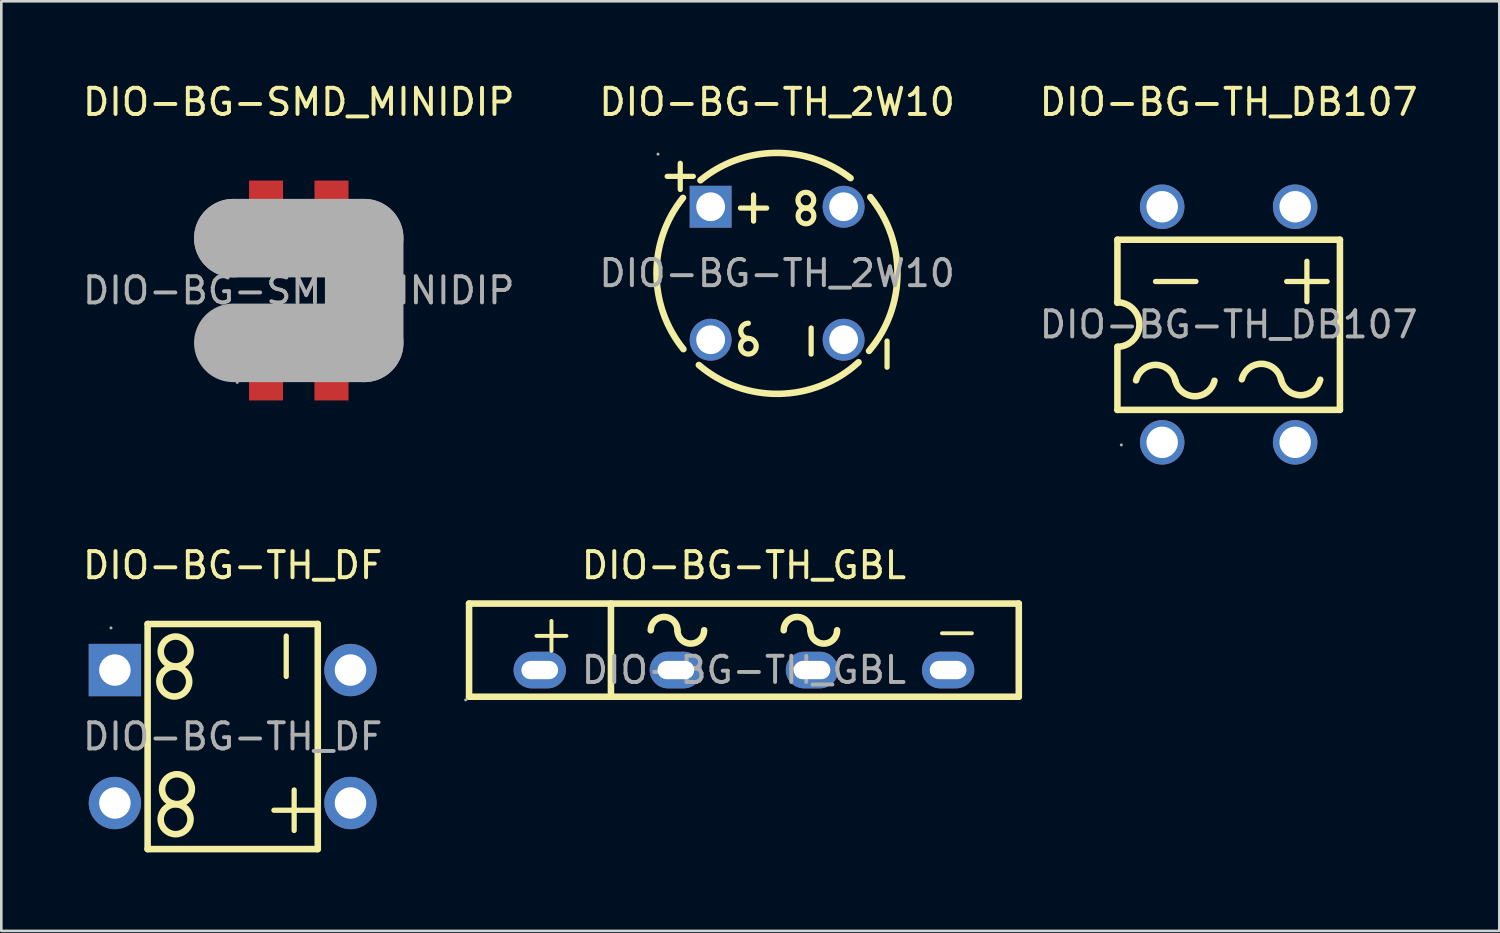
<source format=kicad_pcb>
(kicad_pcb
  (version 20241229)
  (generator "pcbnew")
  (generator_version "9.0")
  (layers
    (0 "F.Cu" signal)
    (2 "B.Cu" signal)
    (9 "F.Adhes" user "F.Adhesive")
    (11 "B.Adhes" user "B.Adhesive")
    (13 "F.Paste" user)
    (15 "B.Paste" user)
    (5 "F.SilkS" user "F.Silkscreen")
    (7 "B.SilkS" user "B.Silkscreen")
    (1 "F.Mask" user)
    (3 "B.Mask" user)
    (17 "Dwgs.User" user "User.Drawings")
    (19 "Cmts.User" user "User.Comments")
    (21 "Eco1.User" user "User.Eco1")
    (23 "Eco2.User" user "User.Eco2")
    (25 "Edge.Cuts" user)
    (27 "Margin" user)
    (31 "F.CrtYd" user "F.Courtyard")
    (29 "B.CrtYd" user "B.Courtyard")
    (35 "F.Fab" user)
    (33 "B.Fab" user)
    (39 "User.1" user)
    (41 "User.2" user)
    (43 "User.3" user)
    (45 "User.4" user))
  (footprint "DIO-BG-TH_2W10"
    (layer "F.Cu")
    (at 26.637 7.388)
    (property "Reference" "DIO-BG-TH_2W10" (at 0 -6.54 0) (layer "F.SilkS") (effects (font (size 1 1) (thickness 0.15))))
    (attr through_hole)
    (fp_line (start -4.2 -3.7) (end -3.2 -3.7) (stroke (width 0.2) (type solid)) (layer "F.SilkS"))
    (fp_line (start -3.7 -3.2) (end -3.7 -4.2) (stroke (width 0.2) (type solid)) (layer "F.SilkS"))
    (fp_line (start -1.4 -2.49) (end -0.4 -2.49) (stroke (width 0.2) (type solid)) (layer "F.SilkS"))
    (fp_line (start -0.9 -1.99) (end -0.9 -2.99) (stroke (width 0.2) (type solid)) (layer "F.SilkS"))
    (fp_line (start 1.3 3.09) (end 1.3 2.09) (stroke (width 0.2) (type solid)) (layer "F.SilkS"))
    (fp_line (start 4.2 3.59) (end 4.2 2.59) (stroke (width 0.2) (type solid)) (layer "F.SilkS"))
    (fp_arc (start -3.58 2.9) (mid -4.607192 0.013622) (end -3.597086 -2.87878) (stroke (width 0.25) (type solid)) (layer "F.SilkS"))
    (fp_arc (start -2.93 -3.55) (mid -0.076465 -4.596138) (end 2.806127 -3.63295) (stroke (width 0.25) (type solid)) (layer "F.SilkS"))
    (fp_arc (start -1.1 2.49) (mid -1.39 2.2) (end -1.1 1.91) (stroke (width 0.2) (type solid)) (layer "F.SilkS"))
    (fp_arc (start -1.094764 2.490046) (mid -1.102618 3.089988) (end -1.1 2.49) (stroke (width 0.2) (type solid)) (layer "F.SilkS"))
    (fp_arc (start 1.094764 -2.490046) (mid 1.102618 -3.089988) (end 1.1 -2.49) (stroke (width 0.2) (type solid)) (layer "F.SilkS"))
    (fp_arc (start 1.105236 -2.489954) (mid 1.097382 -1.890012) (end 1.1 -2.49) (stroke (width 0.2) (type solid)) (layer "F.SilkS"))
    (fp_arc (start 3.11 3.4) (mid 0.079561 4.607143) (end -2.990752 3.505354) (stroke (width 0.25) (type solid)) (layer "F.SilkS"))
    (fp_arc (start 3.56 -2.91) (mid 4.597858 0.037468) (end 3.512103 2.967631) (stroke (width 0.25) (type solid)) (layer "F.SilkS"))
    (fp_circle (center -4.55 -4.55) (end -4.52 -4.55) (stroke (width 0.06) (type solid)) (fill no) (layer "F.Fab"))
    (fp_circle (center -2.54 -2.54) (end -2.35 -2.54) (stroke (width 0.38) (type solid)) (fill no) (layer "F.Fab"))
    (fp_circle (center -2.54 2.54) (end -2.35 2.54) (stroke (width 0.38) (type solid)) (fill no) (layer "F.Fab"))
    (fp_circle (center 2.54 -2.54) (end 2.73 -2.54) (stroke (width 0.38) (type solid)) (fill no) (layer "F.Fab"))
    (fp_circle (center 2.54 2.54) (end 2.73 2.54) (stroke (width 0.38) (type solid)) (fill no) (layer "F.Fab"))
    (fp_text user "${REFERENCE}" (at 0 0 0) (layer "F.Fab") (effects (font (size 1 1) (thickness 0.15))))
    (pad "1" thru_hole rect (at -2.54 -2.54) (size 1.6 1.6) (drill 1.1) (layers "*.Cu" "*.Paste" "*.Mask"))
    (pad "2" thru_hole circle (at -2.54 2.54) (size 1.6 1.6) (drill 1.1) (layers "*.Cu" "*.Paste" "*.Mask"))
    (pad "3" thru_hole circle (at 2.54 2.54) (size 1.6 1.6) (drill 1.1) (layers "*.Cu" "*.Paste" "*.Mask"))
    (pad "4" thru_hole circle (at 2.54 -2.54) (size 1.6 1.6) (drill 1.1) (layers "*.Cu" "*.Paste" "*.Mask")))
  (footprint "DIO-BG-TH_GBL"
    (layer "F.Cu")
    (at 25.369 22.547)
    (property "Reference" "DIO-BG-TH_GBL" (at 0 -4 0) (layer "F.SilkS") (effects (font (size 1 1) (thickness 0.15))))
    (attr through_hole)
    (fp_line (start -10.5 1.02) (end -10.5 -2.54) (stroke (width 0.25) (type solid)) (layer "F.SilkS"))
    (fp_line (start -10.5 1.02) (end 10.5 1.02) (stroke (width 0.25) (type solid)) (layer "F.SilkS"))
    (fp_line (start -5.08 1.02) (end -5.08 -2.54) (stroke (width 0.25) (type solid)) (layer "F.SilkS"))
    (fp_line (start 10.5 -2.54) (end -10.5 -2.54) (stroke (width 0.25) (type solid)) (layer "F.SilkS"))
    (fp_line (start 10.5 -2.54) (end 10.5 1.02) (stroke (width 0.25) (type solid)) (layer "F.SilkS"))
    (fp_arc (start -3.56 -1.52) (mid -3.05 -2.03) (end -2.54 -1.52) (stroke (width 0.25) (type solid)) (layer "F.SilkS"))
    (fp_arc (start -1.52 -1.52) (mid -2.03 -1.01) (end -2.54 -1.52) (stroke (width 0.25) (type solid)) (layer "F.SilkS"))
    (fp_arc (start 1.52 -1.52) (mid 2.03 -2.03) (end 2.54 -1.52) (stroke (width 0.25) (type solid)) (layer "F.SilkS"))
    (fp_arc (start 3.56 -1.52) (mid 3.05 -1.01) (end 2.54 -1.52) (stroke (width 0.25) (type solid)) (layer "F.SilkS"))
    (fp_circle (center -10.63 1.14) (end -10.6 1.14) (stroke (width 0.06) (type solid)) (fill no) (layer "F.Fab"))
    (fp_text user "-" (at 7.11 -1.52 0) (layer "F.SilkS") (effects (font (size 1.5 1.5) (thickness 0.15)) (justify left)))
    (fp_text user "+" (at -8.38 -1.42 0) (layer "F.SilkS") (effects (font (size 1.5 1.5) (thickness 0.15)) (justify left)))
    (fp_text user "${REFERENCE}" (at 0 0 0) (layer "F.Fab") (effects (font (size 1 1) (thickness 0.15))))
    (pad "1" thru_hole oval (at -7.8 0) (size 2 1.4) (drill oval 1.4 0.7) (layers "*.Cu" "*.Paste" "*.Mask"))
    (pad "2" thru_hole oval (at -2.6 0) (size 2 1.4) (drill oval 1.4 0.7) (layers "*.Cu" "*.Paste" "*.Mask"))
    (pad "3" thru_hole oval (at 2.6 0) (size 2 1.4) (drill oval 1.4 0.7) (layers "*.Cu" "*.Paste" "*.Mask"))
    (pad "4" thru_hole oval (at 7.8 0) (size 2 1.4) (drill oval 1.4 0.7) (layers "*.Cu" "*.Paste" "*.Mask")))
  (footprint "DIO-BG-TH_DF"
    (layer "F.Cu")
    (at 5.839 25.087)
    (property "Reference" "DIO-BG-TH_DF" (at 0 -6.54 0) (layer "F.SilkS") (effects (font (size 1 1) (thickness 0.15))))
    (attr through_hole)
    (fp_line (start -3.25 -4.3) (end -3.25 4.3) (stroke (width 0.25) (type solid)) (layer "F.SilkS"))
    (fp_line (start -3.25 -4.3) (end 3.25 -4.3) (stroke (width 0.25) (type solid)) (layer "F.SilkS"))
    (fp_line (start -3.25 4.3) (end 3.25 4.3) (stroke (width 0.25) (type solid)) (layer "F.SilkS"))
    (fp_line (start 3.25 -4.3) (end 3.25 4.3) (stroke (width 0.25) (type solid)) (layer "F.SilkS"))
    (fp_arc (start -2.220052 -2.669913) (mid -2.234974 -1.530022) (end -2.23 -2.67) (stroke (width 0.25) (type solid)) (layer "F.SilkS"))
    (fp_arc (start -2.189948 -2.680087) (mid -2.175026 -3.819978) (end -2.18 -2.68) (stroke (width 0.25) (type solid)) (layer "F.SilkS"))
    (fp_arc (start -2.170052 2.590087) (mid -2.184974 3.729978) (end -2.18 2.59) (stroke (width 0.25) (type solid)) (layer "F.SilkS"))
    (fp_arc (start -2.139948 2.579913) (mid -2.125026 1.440022) (end -2.13 2.58) (stroke (width 0.25) (type solid)) (layer "F.SilkS"))
    (fp_circle (center -4.65 -4.15) (end -4.62 -4.15) (stroke (width 0.06) (type solid)) (fill no) (layer "F.Fab"))
    (fp_text user "-" (at 1.89 -1.68 90) (layer "F.SilkS") (effects (font (size 2.03 2.03) (thickness 0.2)) (justify left)))
    (fp_text user "+" (at 0.96 2.66 0) (layer "F.SilkS") (effects (font (size 2.03 2.03) (thickness 0.2)) (justify left)))
    (fp_text user "${REFERENCE}" (at 0 0 0) (layer "F.Fab") (effects (font (size 1 1) (thickness 0.15))))
    (pad "1" thru_hole rect (at -4.5 -2.54) (size 2 2) (drill 1.2) (layers "*.Cu" "*.Paste" "*.Mask"))
    (pad "2" thru_hole circle (at -4.5 2.54) (size 2 2) (drill 1.2) (layers "*.Cu" "*.Paste" "*.Mask"))
    (pad "3" thru_hole circle (at 4.5 2.54) (size 2 2) (drill 1.2) (layers "*.Cu" "*.Paste" "*.Mask"))
    (pad "4" thru_hole circle (at 4.5 -2.54) (size 2 2) (drill 1.2) (layers "*.Cu" "*.Paste" "*.Mask")))
  (footprint "DIO-BG-SMD_MINIDIP"
    (layer "F.Cu")
    (at 8.363 8.048)
    (property "Reference" "DIO-BG-SMD_MINIDIP" (at 0 -7.2 0) (layer "F.SilkS") (effects (font (size 1 1) (thickness 0.15))))
    (attr through_hole)
    (fp_line (start -1.8 1.44) (end -1.37 0.96) (stroke (width 0.39) (type solid)) (layer "F.SilkS"))
    (fp_line (start -1.63 -1.17) (end -0.66 -1.17) (stroke (width 0.39) (type solid)) (layer "F.SilkS"))
    (fp_line (start -1.37 0.96) (end -0.89 1.44) (stroke (width 0.39) (type solid)) (layer "F.SilkS"))
    (fp_line (start 1.04 -1.09) (end 1.88 -1.09) (stroke (width 0.39) (type solid)) (layer "F.SilkS"))
    (fp_line (start 1.09 1.5) (end 1.49 0.99) (stroke (width 0.39) (type solid)) (layer "F.SilkS"))
    (fp_line (start 1.47 -1.53) (end 1.47 -0.71) (stroke (width 0.39) (type solid)) (layer "F.SilkS"))
    (fp_line (start 1.49 0.99) (end 1.95 1.5) (stroke (width 0.39) (type solid)) (layer "F.SilkS"))
    (fp_line (start -2.5 -2) (end -2.5 -2) (stroke (width 3) (type solid)) (layer "F.Fab"))
    (fp_line (start -2.5 -2) (end 2.5 -2) (stroke (width 3) (type solid)) (layer "F.Fab"))
    (fp_line (start 2.5 -2) (end 2.5 2) (stroke (width 3) (type solid)) (layer "F.Fab"))
    (fp_line (start 2.5 2) (end -2.5 2) (stroke (width 3) (type solid)) (layer "F.Fab"))
    (fp_circle (center -2.35 3.51) (end -2.32 3.51) (stroke (width 0.06) (type solid)) (fill no) (layer "F.Fab"))
    (fp_text user "${REFERENCE}" (at 0 0 0) (layer "F.Fab") (effects (font (size 1 1) (thickness 0.15))))
    (pad "1" smd rect (at -1.25 3.2) (size 1.3 2) (layers "F.Cu" "F.Mask" "F.Paste"))
    (pad "2" smd rect (at 1.25 3.2) (size 1.3 2) (layers "F.Cu" "F.Mask" "F.Paste"))
    (pad "3" smd rect (at 1.25 -3.2) (size 1.3 2) (layers "F.Cu" "F.Mask" "F.Paste"))
    (pad "4" smd rect (at -1.25 -3.2) (size 1.3 2) (layers "F.Cu" "F.Mask" "F.Paste")))
  (footprint "DIO-BG-TH_DB107"
    (layer "F.Cu")
    (at 43.887 9.348)
    (property "Reference" "DIO-BG-TH_DB107" (at 0 -8.5 0) (layer "F.SilkS") (effects (font (size 1 1) (thickness 0.15))))
    (attr through_hole)
    (fp_line (start -4.25 -3.24) (end -4.25 -0.83) (stroke (width 0.25) (type solid)) (layer "F.SilkS"))
    (fp_line (start -4.25 -3.24) (end 4.25 -3.24) (stroke (width 0.25) (type solid)) (layer "F.SilkS"))
    (fp_line (start -4.25 0.85) (end -4.25 3.26) (stroke (width 0.25) (type solid)) (layer "F.SilkS"))
    (fp_line (start -4.25 3.26) (end 4.25 3.26) (stroke (width 0.25) (type solid)) (layer "F.SilkS"))
    (fp_line (start 4.25 -3.24) (end 4.25 3.26) (stroke (width 0.25) (type solid)) (layer "F.SilkS"))
    (fp_arc (start -4.26 -0.85) (mid -3.4 -0.01) (end -4.24 0.85) (stroke (width 0.25) (type solid)) (layer "F.SilkS"))
    (fp_arc (start -3.538093 2.131796) (mid -2.785789 1.540986) (end -2.04 2.14) (stroke (width 0.25) (type solid)) (layer "F.SilkS"))
    (fp_arc (start -0.541907 2.148204) (mid -1.294211 2.739014) (end -2.04 2.14) (stroke (width 0.25) (type solid)) (layer "F.SilkS"))
    (fp_arc (start 0.501907 2.091796) (mid 1.254211 1.500986) (end 2 2.1) (stroke (width 0.25) (type solid)) (layer "F.SilkS"))
    (fp_arc (start 3.498093 2.108204) (mid 2.745789 2.699014) (end 2 2.1) (stroke (width 0.25) (type solid)) (layer "F.SilkS"))
    (fp_circle (center -4.1 4.6) (end -4.07 4.6) (stroke (width 0.06) (type solid)) (fill no) (layer "F.Fab"))
    (fp_text user "-" (at -3.41 -1.8 0) (layer "F.SilkS") (effects (font (size 2.03 2.03) (thickness 0.2)) (justify left)))
    (fp_text user "+" (at 1.6 -1.8 0) (layer "F.SilkS") (effects (font (size 2.03 2.03) (thickness 0.2)) (justify left)))
    (fp_text user "${REFERENCE}" (at 0 0 0) (layer "F.Fab") (effects (font (size 1 1) (thickness 0.15))))
    (pad "1" thru_hole circle (at -2.54 4.5) (size 1.7 1.7) (drill 1.2) (layers "*.Cu" "*.Paste" "*.Mask"))
    (pad "2" thru_hole circle (at 2.54 4.5) (size 1.7 1.7) (drill 1.2) (layers "*.Cu" "*.Paste" "*.Mask"))
    (pad "3" thru_hole circle (at 2.54 -4.5) (size 1.7 1.7) (drill 1.2) (layers "*.Cu" "*.Paste" "*.Mask"))
    (pad "4" thru_hole circle (at -2.54 -4.5) (size 1.7 1.7) (drill 1.2) (layers "*.Cu" "*.Paste" "*.Mask")))
  (gr_rect
    (start -3 -3)
    (end 54.226 32.511)
    (stroke (width 0.1) (type default))
    (fill no)
    (layer "Edge.Cuts")))
</source>
